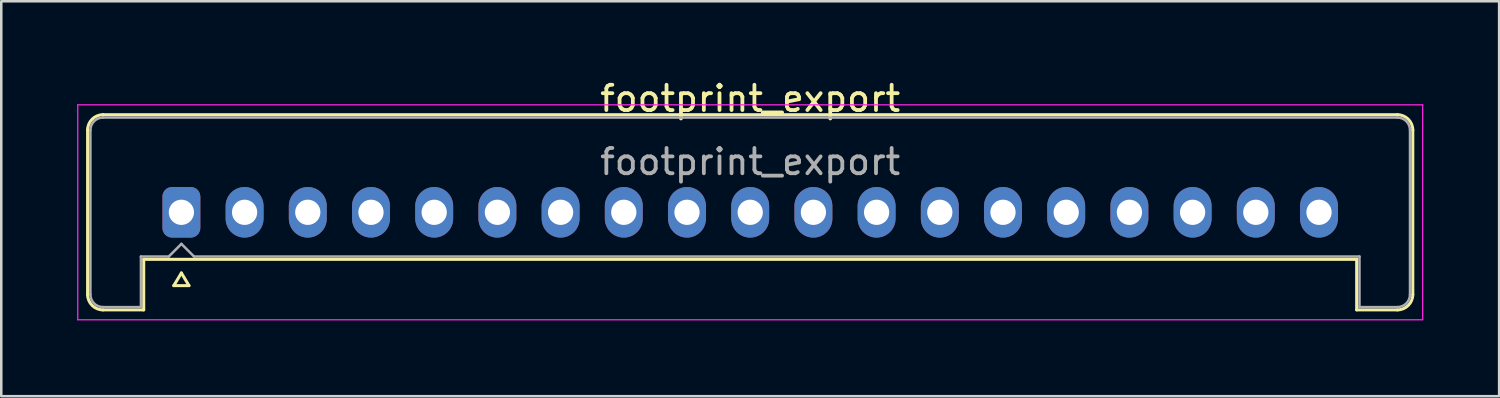
<source format=kicad_pcb>
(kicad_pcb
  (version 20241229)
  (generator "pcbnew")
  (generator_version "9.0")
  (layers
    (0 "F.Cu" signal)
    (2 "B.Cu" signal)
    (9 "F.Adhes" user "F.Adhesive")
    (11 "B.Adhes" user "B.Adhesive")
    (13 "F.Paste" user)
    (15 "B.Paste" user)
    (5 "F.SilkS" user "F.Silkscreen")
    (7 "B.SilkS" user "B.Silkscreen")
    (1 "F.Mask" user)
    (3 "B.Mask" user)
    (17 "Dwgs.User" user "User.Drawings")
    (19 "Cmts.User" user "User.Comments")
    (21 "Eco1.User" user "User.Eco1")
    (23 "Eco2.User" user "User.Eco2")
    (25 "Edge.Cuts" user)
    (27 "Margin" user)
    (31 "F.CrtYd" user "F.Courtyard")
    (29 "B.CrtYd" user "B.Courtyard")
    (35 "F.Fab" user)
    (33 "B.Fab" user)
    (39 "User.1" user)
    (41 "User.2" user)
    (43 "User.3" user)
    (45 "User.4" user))
  (footprint "footprint_export"
    (layer "F.Cu")
    (at 4.125 5.348)
    (property "Reference" "footprint_export" (at 22.5 -4.5 0) (layer "F.SilkS") (effects (font (size 1 1) (thickness 0.15))))
    (attr through_hole)
    (fp_line (start -3.71 -3.25) (end -3.71 3.25) (stroke (width 0.12) (type solid)) (layer "F.SilkS"))
    (fp_line (start -3.1 -3.86) (end 48.1 -3.86) (stroke (width 0.12) (type solid)) (layer "F.SilkS"))
    (fp_line (start -3.1 3.86) (end -1.49 3.86) (stroke (width 0.12) (type solid)) (layer "F.SilkS"))
    (fp_line (start -1.49 1.86) (end 46.49 1.86) (stroke (width 0.12) (type solid)) (layer "F.SilkS"))
    (fp_line (start -1.49 3.86) (end -1.49 1.86) (stroke (width 0.12) (type solid)) (layer "F.SilkS"))
    (fp_line (start -0.3 2.9) (end 0.3 2.9) (stroke (width 0.12) (type solid)) (layer "F.SilkS"))
    (fp_line (start 0 2.4) (end -0.3 2.9) (stroke (width 0.12) (type solid)) (layer "F.SilkS"))
    (fp_line (start 0.3 2.9) (end 0 2.4) (stroke (width 0.12) (type solid)) (layer "F.SilkS"))
    (fp_line (start 46.49 3.86) (end 46.49 1.86) (stroke (width 0.12) (type solid)) (layer "F.SilkS"))
    (fp_line (start 48.1 3.86) (end 46.49 3.86) (stroke (width 0.12) (type solid)) (layer "F.SilkS"))
    (fp_line (start 48.71 -3.25) (end 48.71 3.25) (stroke (width 0.12) (type solid)) (layer "F.SilkS"))
    (fp_arc (start -3.71 -3.25) (mid -3.531335 -3.681335) (end -3.1 -3.86) (stroke (width 0.12) (type solid)) (layer "F.SilkS"))
    (fp_arc (start -3.1 3.86) (mid -3.531335 3.681335) (end -3.71 3.25) (stroke (width 0.12) (type solid)) (layer "F.SilkS"))
    (fp_arc (start 48.1 -3.86) (mid 48.531335 -3.681335) (end 48.71 -3.25) (stroke (width 0.12) (type solid)) (layer "F.SilkS"))
    (fp_arc (start 48.71 3.25) (mid 48.531335 3.681335) (end 48.1 3.86) (stroke (width 0.12) (type solid)) (layer "F.SilkS"))
    (fp_line (start -4.1 -4.25) (end -4.1 4.25) (stroke (width 0.05) (type solid)) (layer "F.CrtYd"))
    (fp_line (start -4.1 4.25) (end 49.1 4.25) (stroke (width 0.05) (type solid)) (layer "F.CrtYd"))
    (fp_line (start 49.1 -4.25) (end -4.1 -4.25) (stroke (width 0.05) (type solid)) (layer "F.CrtYd"))
    (fp_line (start 49.1 4.25) (end 49.1 -4.25) (stroke (width 0.05) (type solid)) (layer "F.CrtYd"))
    (fp_line (start -3.6 -3.25) (end -3.6 3.25) (stroke (width 0.1) (type solid)) (layer "F.Fab"))
    (fp_line (start -3.1 -3.75) (end 48.1 -3.75) (stroke (width 0.1) (type solid)) (layer "F.Fab"))
    (fp_line (start -3.1 3.75) (end -1.6 3.75) (stroke (width 0.1) (type solid)) (layer "F.Fab"))
    (fp_line (start -1.6 1.75) (end -0.5 1.75) (stroke (width 0.1) (type solid)) (layer "F.Fab"))
    (fp_line (start -1.6 3.75) (end -1.6 1.75) (stroke (width 0.1) (type solid)) (layer "F.Fab"))
    (fp_line (start -0.5 1.75) (end 0 1.25) (stroke (width 0.1) (type solid)) (layer "F.Fab"))
    (fp_line (start 0 1.25) (end 0.5 1.75) (stroke (width 0.1) (type solid)) (layer "F.Fab"))
    (fp_line (start 0.5 1.75) (end 46.6 1.75) (stroke (width 0.1) (type solid)) (layer "F.Fab"))
    (fp_line (start 46.6 3.75) (end 46.6 1.75) (stroke (width 0.1) (type solid)) (layer "F.Fab"))
    (fp_line (start 48.1 3.75) (end 46.6 3.75) (stroke (width 0.1) (type solid)) (layer "F.Fab"))
    (fp_line (start 48.6 -3.25) (end 48.6 3.25) (stroke (width 0.1) (type solid)) (layer "F.Fab"))
    (fp_arc (start -3.6 -3.25) (mid -3.453553 -3.603553) (end -3.1 -3.75) (stroke (width 0.1) (type solid)) (layer "F.Fab"))
    (fp_arc (start -3.1 3.75) (mid -3.453553 3.603553) (end -3.6 3.25) (stroke (width 0.1) (type solid)) (layer "F.Fab"))
    (fp_arc (start 48.1 -3.75) (mid 48.453553 -3.603553) (end 48.6 -3.25) (stroke (width 0.1) (type solid)) (layer "F.Fab"))
    (fp_arc (start 48.6 3.25) (mid 48.453553 3.603553) (end 48.1 3.75) (stroke (width 0.1) (type solid)) (layer "F.Fab"))
    (fp_text user "${REFERENCE}" (at 22.5 -2 0) (layer "F.Fab") (effects (font (size 1 1) (thickness 0.15))))
    (pad "1" thru_hole roundrect (at 0 0) (size 1.5 2) (drill 1) (layers "*.Cu" "*.Mask") (roundrect_rratio 0.25))
    (pad "2" thru_hole oval (at 2.5 0) (size 1.5 2) (drill 1) (layers "*.Cu" "*.Mask"))
    (pad "3" thru_hole oval (at 5 0) (size 1.5 2) (drill 1) (layers "*.Cu" "*.Mask"))
    (pad "4" thru_hole oval (at 7.5 0) (size 1.5 2) (drill 1) (layers "*.Cu" "*.Mask"))
    (pad "5" thru_hole oval (at 10 0) (size 1.5 2) (drill 1) (layers "*.Cu" "*.Mask"))
    (pad "6" thru_hole oval (at 12.5 0) (size 1.5 2) (drill 1) (layers "*.Cu" "*.Mask"))
    (pad "7" thru_hole oval (at 15 0) (size 1.5 2) (drill 1) (layers "*.Cu" "*.Mask"))
    (pad "8" thru_hole oval (at 17.5 0) (size 1.5 2) (drill 1) (layers "*.Cu" "*.Mask"))
    (pad "9" thru_hole oval (at 20 0) (size 1.5 2) (drill 1) (layers "*.Cu" "*.Mask"))
    (pad "10" thru_hole oval (at 22.5 0) (size 1.5 2) (drill 1) (layers "*.Cu" "*.Mask"))
    (pad "11" thru_hole oval (at 25 0) (size 1.5 2) (drill 1) (layers "*.Cu" "*.Mask"))
    (pad "12" thru_hole oval (at 27.5 0) (size 1.5 2) (drill 1) (layers "*.Cu" "*.Mask"))
    (pad "13" thru_hole oval (at 30 0) (size 1.5 2) (drill 1) (layers "*.Cu" "*.Mask"))
    (pad "14" thru_hole oval (at 32.5 0) (size 1.5 2) (drill 1) (layers "*.Cu" "*.Mask"))
    (pad "15" thru_hole oval (at 35 0) (size 1.5 2) (drill 1) (layers "*.Cu" "*.Mask"))
    (pad "16" thru_hole oval (at 37.5 0) (size 1.5 2) (drill 1) (layers "*.Cu" "*.Mask"))
    (pad "17" thru_hole oval (at 40 0) (size 1.5 2) (drill 1) (layers "*.Cu" "*.Mask"))
    (pad "18" thru_hole oval (at 42.5 0) (size 1.5 2) (drill 1) (layers "*.Cu" "*.Mask"))
    (pad "19" thru_hole oval (at 45 0) (size 1.5 2) (drill 1) (layers "*.Cu" "*.Mask")))
  (gr_rect
    (start -3 -3)
    (end 56.25 12.623)
    (stroke (width 0.1) (type default))
    (fill no)
    (layer "Edge.Cuts")))
</source>
